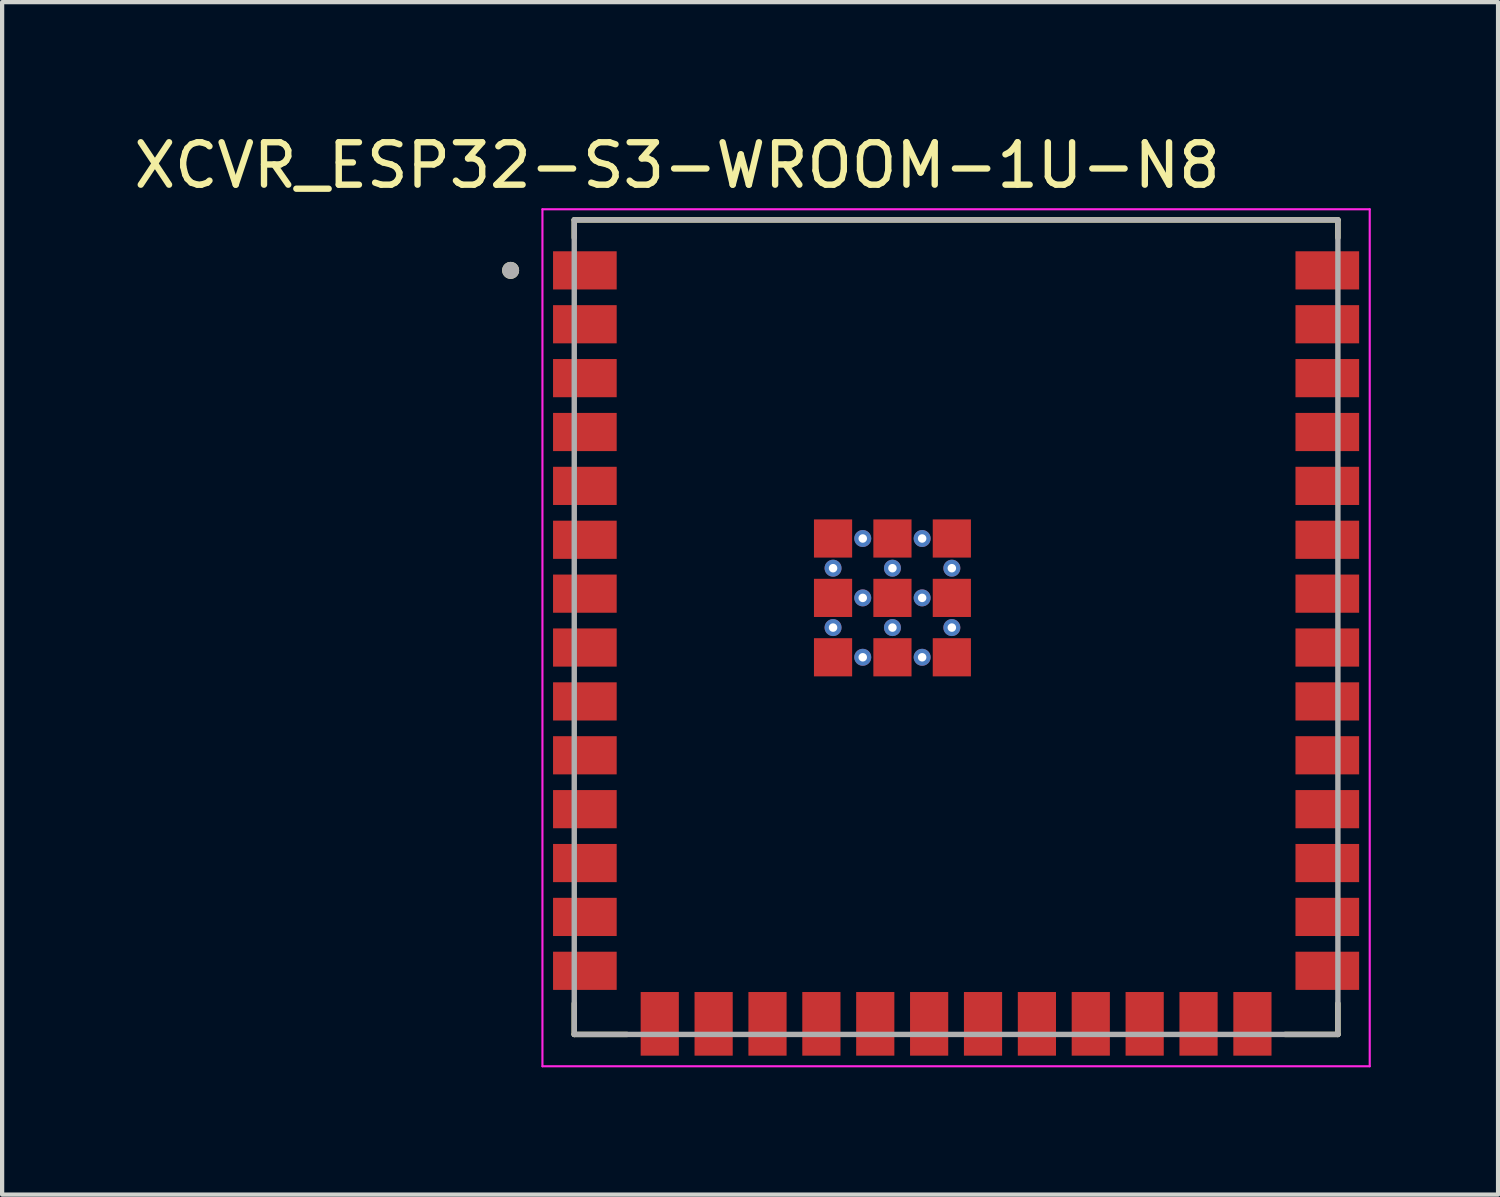
<source format=kicad_pcb>
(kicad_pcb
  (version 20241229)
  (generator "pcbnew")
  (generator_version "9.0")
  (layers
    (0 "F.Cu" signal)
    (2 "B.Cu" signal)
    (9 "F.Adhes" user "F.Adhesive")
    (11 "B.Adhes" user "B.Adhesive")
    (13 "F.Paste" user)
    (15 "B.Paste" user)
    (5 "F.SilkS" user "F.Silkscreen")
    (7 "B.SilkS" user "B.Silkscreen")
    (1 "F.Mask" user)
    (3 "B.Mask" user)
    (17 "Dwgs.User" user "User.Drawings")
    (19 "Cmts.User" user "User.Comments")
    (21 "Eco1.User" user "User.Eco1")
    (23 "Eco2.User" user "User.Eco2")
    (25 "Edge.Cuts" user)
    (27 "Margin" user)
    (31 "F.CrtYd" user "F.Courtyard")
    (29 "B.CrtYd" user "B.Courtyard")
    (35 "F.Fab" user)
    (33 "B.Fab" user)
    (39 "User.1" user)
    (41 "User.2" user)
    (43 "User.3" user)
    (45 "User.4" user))
  (footprint "XCVR_ESP32-S3-WROOM-1U-N8"
    (layer "F.Cu")
    (at 19.486 11.733)
    (property "Reference" "XCVR_ESP32-S3-WROOM-1U-N8" (at -6.575 -10.885 0) (layer "F.SilkS") (effects (font (size 1 1) (thickness 0.15))))
    (attr smd)
    (fp_line (start -9 -9.6) (end 9 -9.6) (stroke (width 0.127) (type solid)) (layer "F.SilkS"))
    (fp_line (start -9 -9.18) (end -9 -9.6) (stroke (width 0.127) (type solid)) (layer "F.SilkS"))
    (fp_line (start -9 9.6) (end -9 8.87) (stroke (width 0.127) (type solid)) (layer "F.SilkS"))
    (fp_line (start -7.755 9.6) (end -9 9.6) (stroke (width 0.127) (type solid)) (layer "F.SilkS"))
    (fp_line (start 9 -9.6) (end 9 -9.18) (stroke (width 0.127) (type solid)) (layer "F.SilkS"))
    (fp_line (start 9 9.6) (end 7.755 9.6) (stroke (width 0.127) (type solid)) (layer "F.SilkS"))
    (fp_line (start 9 9.6) (end 9 8.87) (stroke (width 0.127) (type solid)) (layer "F.SilkS"))
    (fp_circle (center -10.5 -8.41) (end -10.4 -8.41) (stroke (width 0.2) (type solid)) (fill no) (layer "F.SilkS"))
    (fp_line (start -9.75 -9.85) (end -9.75 10.35) (stroke (width 0.05) (type solid)) (layer "F.CrtYd"))
    (fp_line (start -9.75 10.35) (end 9.75 10.35) (stroke (width 0.05) (type solid)) (layer "F.CrtYd"))
    (fp_line (start 9.75 -9.85) (end -9.75 -9.85) (stroke (width 0.05) (type solid)) (layer "F.CrtYd"))
    (fp_line (start 9.75 10.35) (end 9.75 -9.85) (stroke (width 0.05) (type solid)) (layer "F.CrtYd"))
    (fp_line (start -9 -9.6) (end 9 -9.6) (stroke (width 0.127) (type solid)) (layer "F.Fab"))
    (fp_line (start -9 9.6) (end -9 -9.6) (stroke (width 0.127) (type solid)) (layer "F.Fab"))
    (fp_line (start 9 -9.6) (end 9 9.6) (stroke (width 0.127) (type solid)) (layer "F.Fab"))
    (fp_line (start 9 9.6) (end -9 9.6) (stroke (width 0.127) (type solid)) (layer "F.Fab"))
    (fp_circle (center -10.5 -8.41) (end -10.4 -8.41) (stroke (width 0.2) (type solid)) (fill no) (layer "F.Fab"))
    (pad "1" smd rect (at -8.75 -8.41) (size 1.5 0.9) (layers "F.Cu" "F.Mask" "F.Paste"))
    (pad "2" smd rect (at -8.75 -7.14) (size 1.5 0.9) (layers "F.Cu" "F.Mask" "F.Paste"))
    (pad "3" smd rect (at -8.75 -5.87) (size 1.5 0.9) (layers "F.Cu" "F.Mask" "F.Paste"))
    (pad "4" smd rect (at -8.75 -4.6) (size 1.5 0.9) (layers "F.Cu" "F.Mask" "F.Paste"))
    (pad "5" smd rect (at -8.75 -3.33) (size 1.5 0.9) (layers "F.Cu" "F.Mask" "F.Paste"))
    (pad "6" smd rect (at -8.75 -2.06) (size 1.5 0.9) (layers "F.Cu" "F.Mask" "F.Paste"))
    (pad "7" smd rect (at -8.75 -0.79) (size 1.5 0.9) (layers "F.Cu" "F.Mask" "F.Paste"))
    (pad "8" smd rect (at -8.75 0.48) (size 1.5 0.9) (layers "F.Cu" "F.Mask" "F.Paste"))
    (pad "9" smd rect (at -8.75 1.75) (size 1.5 0.9) (layers "F.Cu" "F.Mask" "F.Paste"))
    (pad "10" smd rect (at -8.75 3.02) (size 1.5 0.9) (layers "F.Cu" "F.Mask" "F.Paste"))
    (pad "11" smd rect (at -8.75 4.29) (size 1.5 0.9) (layers "F.Cu" "F.Mask" "F.Paste"))
    (pad "12" smd rect (at -8.75 5.56) (size 1.5 0.9) (layers "F.Cu" "F.Mask" "F.Paste"))
    (pad "13" smd rect (at -8.75 6.83) (size 1.5 0.9) (layers "F.Cu" "F.Mask" "F.Paste"))
    (pad "14" smd rect (at -8.75 8.1) (size 1.5 0.9) (layers "F.Cu" "F.Mask" "F.Paste"))
    (pad "15" smd rect (at -6.985 9.35) (size 0.9 1.5) (layers "F.Cu" "F.Mask" "F.Paste"))
    (pad "16" smd rect (at -5.715 9.35) (size 0.9 1.5) (layers "F.Cu" "F.Mask" "F.Paste"))
    (pad "17" smd rect (at -4.445 9.35) (size 0.9 1.5) (layers "F.Cu" "F.Mask" "F.Paste"))
    (pad "18" smd rect (at -3.175 9.35) (size 0.9 1.5) (layers "F.Cu" "F.Mask" "F.Paste"))
    (pad "19" smd rect (at -1.905 9.35) (size 0.9 1.5) (layers "F.Cu" "F.Mask" "F.Paste"))
    (pad "20" smd rect (at -0.635 9.35) (size 0.9 1.5) (layers "F.Cu" "F.Mask" "F.Paste"))
    (pad "21" smd rect (at 0.635 9.35) (size 0.9 1.5) (layers "F.Cu" "F.Mask" "F.Paste"))
    (pad "22" smd rect (at 1.905 9.35) (size 0.9 1.5) (layers "F.Cu" "F.Mask" "F.Paste"))
    (pad "23" smd rect (at 3.175 9.35) (size 0.9 1.5) (layers "F.Cu" "F.Mask" "F.Paste"))
    (pad "24" smd rect (at 4.445 9.35) (size 0.9 1.5) (layers "F.Cu" "F.Mask" "F.Paste"))
    (pad "25" smd rect (at 5.715 9.35) (size 0.9 1.5) (layers "F.Cu" "F.Mask" "F.Paste"))
    (pad "26" smd rect (at 6.985 9.35) (size 0.9 1.5) (layers "F.Cu" "F.Mask" "F.Paste"))
    (pad "27" smd rect (at 8.75 8.1) (size 1.5 0.9) (layers "F.Cu" "F.Mask" "F.Paste"))
    (pad "28" smd rect (at 8.75 6.83) (size 1.5 0.9) (layers "F.Cu" "F.Mask" "F.Paste"))
    (pad "29" smd rect (at 8.75 5.56) (size 1.5 0.9) (layers "F.Cu" "F.Mask" "F.Paste"))
    (pad "30" smd rect (at 8.75 4.29) (size 1.5 0.9) (layers "F.Cu" "F.Mask" "F.Paste"))
    (pad "31" smd rect (at 8.75 3.02) (size 1.5 0.9) (layers "F.Cu" "F.Mask" "F.Paste"))
    (pad "32" smd rect (at 8.75 1.75) (size 1.5 0.9) (layers "F.Cu" "F.Mask" "F.Paste"))
    (pad "33" smd rect (at 8.75 0.48) (size 1.5 0.9) (layers "F.Cu" "F.Mask" "F.Paste"))
    (pad "34" smd rect (at 8.75 -0.79) (size 1.5 0.9) (layers "F.Cu" "F.Mask" "F.Paste"))
    (pad "35" smd rect (at 8.75 -2.06) (size 1.5 0.9) (layers "F.Cu" "F.Mask" "F.Paste"))
    (pad "36" smd rect (at 8.75 -3.33) (size 1.5 0.9) (layers "F.Cu" "F.Mask" "F.Paste"))
    (pad "37" smd rect (at 8.75 -4.6) (size 1.5 0.9) (layers "F.Cu" "F.Mask" "F.Paste"))
    (pad "38" smd rect (at 8.75 -5.87) (size 1.5 0.9) (layers "F.Cu" "F.Mask" "F.Paste"))
    (pad "39" smd rect (at 8.75 -7.14) (size 1.5 0.9) (layers "F.Cu" "F.Mask" "F.Paste"))
    (pad "40" smd rect (at 8.75 -8.41) (size 1.5 0.9) (layers "F.Cu" "F.Mask" "F.Paste"))
    (pad "41_1" smd rect (at -2.9 -2.09) (size 0.9 0.9) (layers "F.Cu" "F.Mask" "F.Paste"))
    (pad "41_2" smd rect (at -1.5 -2.09) (size 0.9 0.9) (layers "F.Cu" "F.Mask" "F.Paste"))
    (pad "41_3" smd rect (at -0.1 -2.09) (size 0.9 0.9) (layers "F.Cu" "F.Mask" "F.Paste"))
    (pad "41_4" smd rect (at -2.9 -0.69) (size 0.9 0.9) (layers "F.Cu" "F.Mask" "F.Paste"))
    (pad "41_5" smd rect (at -1.5 -0.69) (size 0.9 0.9) (layers "F.Cu" "F.Mask" "F.Paste"))
    (pad "41_6" smd rect (at -0.1 -0.69) (size 0.9 0.9) (layers "F.Cu" "F.Mask" "F.Paste"))
    (pad "41_7" smd rect (at -2.9 0.71) (size 0.9 0.9) (layers "F.Cu" "F.Mask" "F.Paste"))
    (pad "41_8" smd rect (at -1.5 0.71) (size 0.9 0.9) (layers "F.Cu" "F.Mask" "F.Paste"))
    (pad "41_9" smd rect (at -0.1 0.71) (size 0.9 0.9) (layers "F.Cu" "F.Mask" "F.Paste"))
    (pad "41_10" thru_hole circle (at -2.2 -2.09) (size 0.4 0.4) (drill 0.2) (layers "*.Cu"))
    (pad "41_11" thru_hole circle (at -0.8 -2.09) (size 0.4 0.4) (drill 0.2) (layers "*.Cu"))
    (pad "41_12" thru_hole circle (at -2.9 -1.39) (size 0.4 0.4) (drill 0.2) (layers "*.Cu"))
    (pad "41_13" thru_hole circle (at -1.5 -1.39) (size 0.4 0.4) (drill 0.2) (layers "*.Cu"))
    (pad "41_14" thru_hole circle (at -0.1 -1.39) (size 0.4 0.4) (drill 0.2) (layers "*.Cu"))
    (pad "41_15" thru_hole circle (at -2.2 -0.69) (size 0.4 0.4) (drill 0.2) (layers "*.Cu"))
    (pad "41_16" thru_hole circle (at -0.8 -0.69) (size 0.4 0.4) (drill 0.2) (layers "*.Cu"))
    (pad "41_17" thru_hole circle (at -2.9 0.01) (size 0.4 0.4) (drill 0.2) (layers "*.Cu"))
    (pad "41_18" thru_hole circle (at -1.5 0.01) (size 0.4 0.4) (drill 0.2) (layers "*.Cu"))
    (pad "41_19" thru_hole circle (at -0.1 0.01) (size 0.4 0.4) (drill 0.2) (layers "*.Cu"))
    (pad "41_20" thru_hole circle (at -2.2 0.71) (size 0.4 0.4) (drill 0.2) (layers "*.Cu"))
    (pad "41_21" thru_hole circle (at -0.8 0.71) (size 0.4 0.4) (drill 0.2) (layers "*.Cu")))
  (gr_rect
    (start -3 -3)
    (end 32.261 25.108)
    (stroke (width 0.1) (type default))
    (fill no)
    (layer "Edge.Cuts")))
</source>
